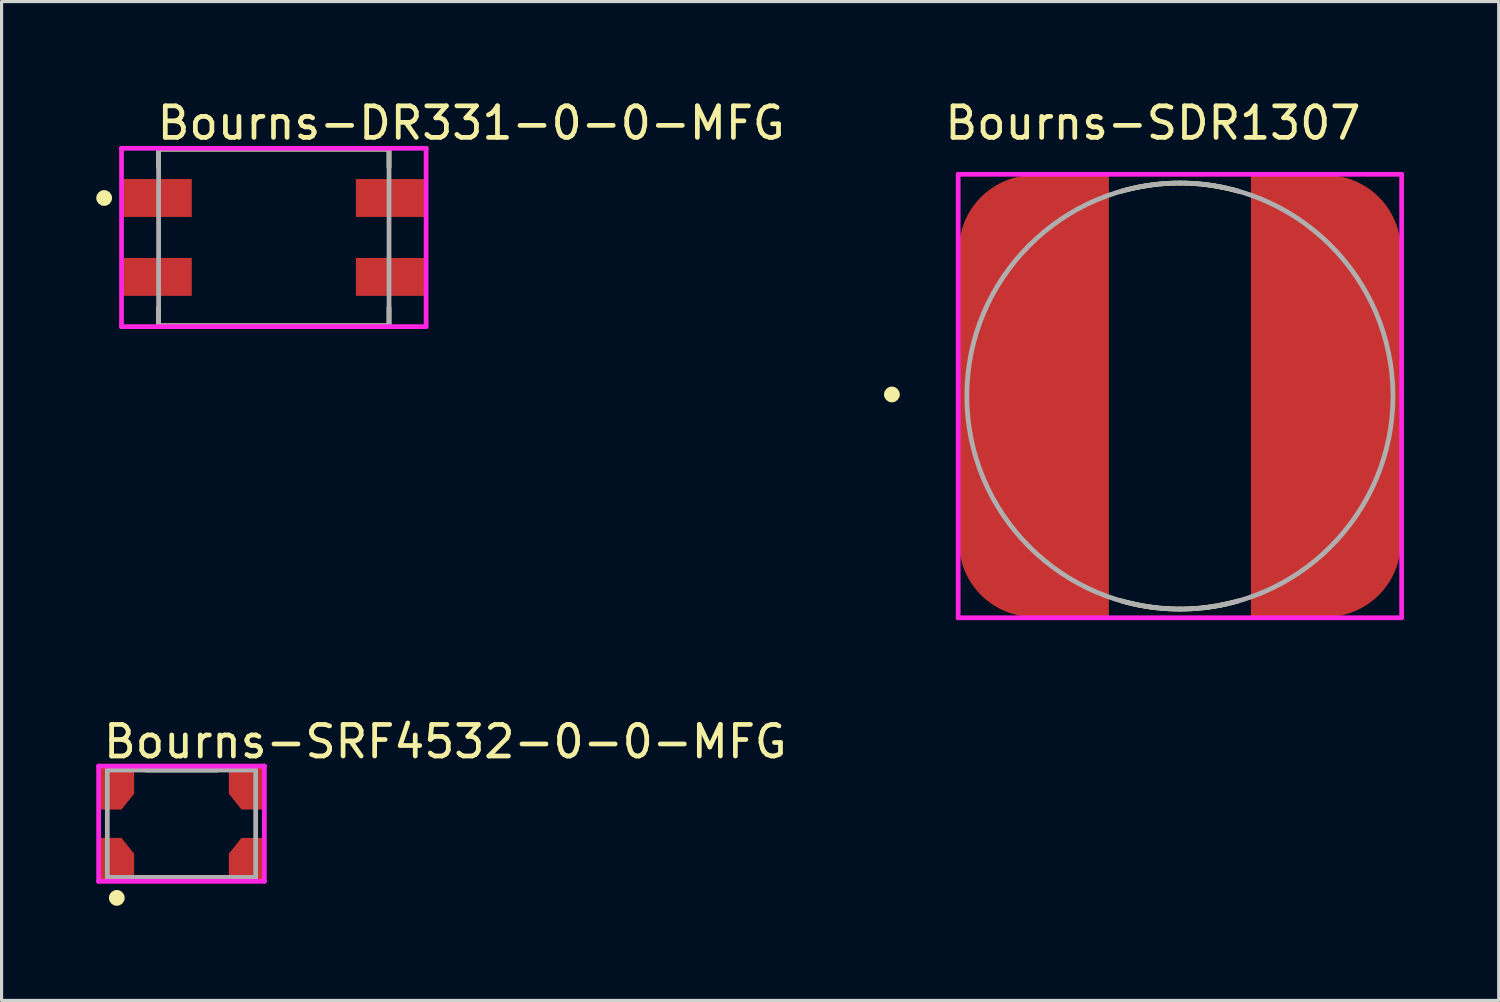
<source format=kicad_pcb>
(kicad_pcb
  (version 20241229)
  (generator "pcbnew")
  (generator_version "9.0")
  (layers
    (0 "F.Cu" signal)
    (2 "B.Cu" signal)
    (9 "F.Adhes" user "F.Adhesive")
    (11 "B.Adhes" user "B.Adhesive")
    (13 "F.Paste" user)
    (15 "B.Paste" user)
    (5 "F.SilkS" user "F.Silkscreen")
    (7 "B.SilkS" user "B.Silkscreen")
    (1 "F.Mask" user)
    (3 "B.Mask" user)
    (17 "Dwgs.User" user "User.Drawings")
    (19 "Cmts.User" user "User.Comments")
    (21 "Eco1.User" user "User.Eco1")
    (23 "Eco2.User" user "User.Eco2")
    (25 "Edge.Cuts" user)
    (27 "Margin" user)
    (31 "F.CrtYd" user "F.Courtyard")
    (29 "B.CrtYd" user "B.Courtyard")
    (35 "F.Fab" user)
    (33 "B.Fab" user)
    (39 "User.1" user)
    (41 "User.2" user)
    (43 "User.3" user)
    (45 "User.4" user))
  (footprint "Bourns-DR331-0-0-MFG"
    (layer "F.Cu")
    (at 5.625 4.473)
    (property "Reference" "Bourns-DR331-0-0-MFG" (at -3.775 -3.625 0) (layer "F.SilkS") (effects (font (size 1 1) (thickness 0.15)) (justify left)))
    (attr through_hole)
    (fp_line (start -3.65 -2.8) (end 3.65 -2.8) (stroke (width 0.15) (type solid)) (layer "F.SilkS"))
    (fp_line (start -3.65 -2.225) (end -3.65 -2.8) (stroke (width 0.15) (type solid)) (layer "F.SilkS"))
    (fp_line (start -3.65 2.8) (end -3.65 2.225) (stroke (width 0.15) (type solid)) (layer "F.SilkS"))
    (fp_line (start -3.65 2.8) (end 3.65 2.8) (stroke (width 0.15) (type solid)) (layer "F.SilkS"))
    (fp_line (start 3.65 -2.225) (end 3.65 -2.8) (stroke (width 0.15) (type solid)) (layer "F.SilkS"))
    (fp_line (start 3.65 2.8) (end 3.65 2.225) (stroke (width 0.15) (type solid)) (layer "F.SilkS"))
    (fp_circle (center -5.375 -1.25) (end -5.25 -1.25) (stroke (width 0.25) (type solid)) (fill no) (layer "F.SilkS"))
    (fp_line (start -4.825 -2.825) (end -4.825 2.825) (stroke (width 0.15) (type solid)) (layer "F.CrtYd"))
    (fp_line (start -4.825 2.825) (end 4.825 2.825) (stroke (width 0.15) (type solid)) (layer "F.CrtYd"))
    (fp_line (start 4.825 -2.825) (end -4.825 -2.825) (stroke (width 0.15) (type solid)) (layer "F.CrtYd"))
    (fp_line (start 4.825 -2.825) (end 4.825 -2.825) (stroke (width 0.15) (type solid)) (layer "F.CrtYd"))
    (fp_line (start 4.825 2.825) (end 4.825 -2.825) (stroke (width 0.15) (type solid)) (layer "F.CrtYd"))
    (fp_line (start -3.65 -2.8) (end 3.65 -2.8) (stroke (width 0.15) (type solid)) (layer "F.Fab"))
    (fp_line (start -3.65 2.8) (end -3.65 -2.8) (stroke (width 0.15) (type solid)) (layer "F.Fab"))
    (fp_line (start 3.65 -2.8) (end 3.65 2.8) (stroke (width 0.15) (type solid)) (layer "F.Fab"))
    (fp_line (start 3.65 2.8) (end -3.65 2.8) (stroke (width 0.15) (type solid)) (layer "F.Fab"))
    (pad "1" smd rect (at -3.7 -1.25) (size 2.2 1.2) (layers "F.Cu" "F.Mask" "F.Paste"))
    (pad "2" smd rect (at -3.7 1.25) (size 2.2 1.2) (layers "F.Cu" "F.Mask" "F.Paste"))
    (pad "3" smd rect (at 3.7 1.25) (size 2.2 1.2) (layers "F.Cu" "F.Mask" "F.Paste"))
    (pad "4" smd rect (at 3.7 -1.25) (size 2.2 1.2) (layers "F.Cu" "F.Mask" "F.Paste")))
  (footprint "Bourns-SDR1307"
    (layer "F.Cu")
    (at 34.332 9.498)
    (property "Reference" "Bourns-SDR1307" (at -7.525 -8.65 0) (layer "F.SilkS") (effects (font (size 1 1) (thickness 0.15)) (justify left)))
    (attr through_hole)
    (fp_line (start -1.85 -6.49) (end -1.669 -6.539) (stroke (width 0.15) (type solid)) (layer "F.SilkS"))
    (fp_line (start -1.669 -6.539) (end -1.487 -6.583) (stroke (width 0.15) (type solid)) (layer "F.SilkS"))
    (fp_line (start -1.669 6.539) (end -1.85 6.49) (stroke (width 0.15) (type solid)) (layer "F.SilkS"))
    (fp_line (start -1.487 -6.583) (end -1.304 -6.621) (stroke (width 0.15) (type solid)) (layer "F.SilkS"))
    (fp_line (start -1.487 6.583) (end -1.669 6.539) (stroke (width 0.15) (type solid)) (layer "F.SilkS"))
    (fp_line (start -1.304 -6.621) (end -1.119 -6.655) (stroke (width 0.15) (type solid)) (layer "F.SilkS"))
    (fp_line (start -1.304 6.621) (end -1.487 6.583) (stroke (width 0.15) (type solid)) (layer "F.SilkS"))
    (fp_line (start -1.119 -6.655) (end -0.934 -6.684) (stroke (width 0.15) (type solid)) (layer "F.SilkS"))
    (fp_line (start -1.119 6.655) (end -1.304 6.621) (stroke (width 0.15) (type solid)) (layer "F.SilkS"))
    (fp_line (start -0.934 -6.684) (end -0.748 -6.707) (stroke (width 0.15) (type solid)) (layer "F.SilkS"))
    (fp_line (start -0.934 6.684) (end -1.119 6.655) (stroke (width 0.15) (type solid)) (layer "F.SilkS"))
    (fp_line (start -0.748 -6.707) (end -0.562 -6.725) (stroke (width 0.15) (type solid)) (layer "F.SilkS"))
    (fp_line (start -0.748 6.707) (end -0.934 6.684) (stroke (width 0.15) (type solid)) (layer "F.SilkS"))
    (fp_line (start -0.562 -6.725) (end -0.375 -6.738) (stroke (width 0.15) (type solid)) (layer "F.SilkS"))
    (fp_line (start -0.562 6.725) (end -0.748 6.707) (stroke (width 0.15) (type solid)) (layer "F.SilkS"))
    (fp_line (start -0.375 -6.738) (end -0.187 -6.746) (stroke (width 0.15) (type solid)) (layer "F.SilkS"))
    (fp_line (start -0.375 6.738) (end -0.562 6.725) (stroke (width 0.15) (type solid)) (layer "F.SilkS"))
    (fp_line (start -0.187 -6.746) (end -0.000002 -6.748) (stroke (width 0.15) (type solid)) (layer "F.SilkS"))
    (fp_line (start -0.187 6.746) (end -0.375 6.738) (stroke (width 0.15) (type solid)) (layer "F.SilkS"))
    (fp_line (start -0.000002 -6.748) (end 0.187 -6.746) (stroke (width 0.15) (type solid)) (layer "F.SilkS"))
    (fp_line (start 0.000001 6.748) (end -0.187 6.746) (stroke (width 0.15) (type solid)) (layer "F.SilkS"))
    (fp_line (start 0.187 -6.746) (end 0.375 -6.738) (stroke (width 0.15) (type solid)) (layer "F.SilkS"))
    (fp_line (start 0.187 6.746) (end 0.000001 6.748) (stroke (width 0.15) (type solid)) (layer "F.SilkS"))
    (fp_line (start 0.375 -6.738) (end 0.562 -6.725) (stroke (width 0.15) (type solid)) (layer "F.SilkS"))
    (fp_line (start 0.375 6.738) (end 0.187 6.746) (stroke (width 0.15) (type solid)) (layer "F.SilkS"))
    (fp_line (start 0.562 -6.725) (end 0.748 -6.707) (stroke (width 0.15) (type solid)) (layer "F.SilkS"))
    (fp_line (start 0.562 6.725) (end 0.375 6.738) (stroke (width 0.15) (type solid)) (layer "F.SilkS"))
    (fp_line (start 0.748 -6.707) (end 0.934 -6.684) (stroke (width 0.15) (type solid)) (layer "F.SilkS"))
    (fp_line (start 0.748 6.707) (end 0.562 6.725) (stroke (width 0.15) (type solid)) (layer "F.SilkS"))
    (fp_line (start 0.934 -6.684) (end 1.119 -6.655) (stroke (width 0.15) (type solid)) (layer "F.SilkS"))
    (fp_line (start 0.934 6.684) (end 0.748 6.707) (stroke (width 0.15) (type solid)) (layer "F.SilkS"))
    (fp_line (start 1.119 -6.655) (end 1.304 -6.621) (stroke (width 0.15) (type solid)) (layer "F.SilkS"))
    (fp_line (start 1.119 6.655) (end 0.934 6.684) (stroke (width 0.15) (type solid)) (layer "F.SilkS"))
    (fp_line (start 1.304 -6.621) (end 1.487 -6.583) (stroke (width 0.15) (type solid)) (layer "F.SilkS"))
    (fp_line (start 1.304 6.621) (end 1.119 6.655) (stroke (width 0.15) (type solid)) (layer "F.SilkS"))
    (fp_line (start 1.487 -6.583) (end 1.669 -6.539) (stroke (width 0.15) (type solid)) (layer "F.SilkS"))
    (fp_line (start 1.487 6.583) (end 1.304 6.621) (stroke (width 0.15) (type solid)) (layer "F.SilkS"))
    (fp_line (start 1.669 -6.539) (end 1.85 -6.49) (stroke (width 0.15) (type solid)) (layer "F.SilkS"))
    (fp_line (start 1.669 6.539) (end 1.487 6.583) (stroke (width 0.15) (type solid)) (layer "F.SilkS"))
    (fp_line (start 1.85 6.49) (end 1.669 6.539) (stroke (width 0.15) (type solid)) (layer "F.SilkS"))
    (fp_circle (center -9.125 -0.05) (end -9 -0.05) (stroke (width 0.25) (type solid)) (fill no) (layer "F.SilkS"))
    (fp_line (start -7.025 -7.025) (end -7.025 7.025) (stroke (width 0.15) (type solid)) (layer "F.CrtYd"))
    (fp_line (start -7.025 7.025) (end 7.025 7.025) (stroke (width 0.15) (type solid)) (layer "F.CrtYd"))
    (fp_line (start 7.025 -7.025) (end -7.025 -7.025) (stroke (width 0.15) (type solid)) (layer "F.CrtYd"))
    (fp_line (start 7.025 -7.025) (end 7.025 -7.025) (stroke (width 0.15) (type solid)) (layer "F.CrtYd"))
    (fp_line (start 7.025 7.025) (end 7.025 -7.025) (stroke (width 0.15) (type solid)) (layer "F.CrtYd"))
    (fp_circle (center 0 0) (end 6.75 0) (stroke (width 0.15) (type solid)) (fill no) (layer "F.Fab"))
    (pad "1" smd custom (at -4.625 0) (size 4.75 4.75) (layers "F.Cu" "F.Mask" "F.Paste") (options (anchor circle)) (primitives (gr_poly (pts (xy 2.375 7) (xy 2.375 -7) (xy 0 -7) (xy -0.186 -6.993) (xy -0.372 -6.971) (xy -0.554 -6.934) (xy -0.734 -6.884) (xy -0.909 -6.819) (xy -1.078 -6.741) (xy -1.241 -6.65) (xy -1.396 -6.546) (xy -1.542 -6.431) (xy -1.679 -6.304) (xy -1.806 -6.167) (xy -1.921 -6.021) (xy -2.025 -5.866) (xy -2.116 -5.703) (xy -2.194 -5.534) (xy -2.259 -5.359) (xy -2.309 -5.179) (xy -2.346 -4.997) (xy -2.368 -4.811) (xy -2.375 -4.625) (xy -2.375 4.625) (xy -2.368 4.811) (xy -2.346 4.997) (xy -2.309 5.179) (xy -2.259 5.359) (xy -2.194 5.534) (xy -2.116 5.703) (xy -2.025 5.866) (xy -1.921 6.021) (xy -1.806 6.167) (xy -1.679 6.304) (xy -1.542 6.431) (xy -1.396 6.546) (xy -1.241 6.65) (xy -1.078 6.741) (xy -0.909 6.819) (xy -0.734 6.884) (xy -0.554 6.934) (xy -0.372 6.971) (xy -0.186 6.993) (xy 0 7) (xy 2.375 7)) (width 0) (fill yes))))
    (pad "2" smd custom (at 4.625 0) (size 4.75 4.75) (layers "F.Cu" "F.Mask" "F.Paste") (options (anchor circle)) (primitives (gr_poly (pts (xy -2.375 -7) (xy -2.375 7) (xy 0 7) (xy 0.186 6.993) (xy 0.372 6.971) (xy 0.554 6.934) (xy 0.734 6.884) (xy 0.909 6.819) (xy 1.078 6.741) (xy 1.241 6.65) (xy 1.396 6.546) (xy 1.542 6.431) (xy 1.679 6.304) (xy 1.806 6.167) (xy 1.921 6.021) (xy 2.025 5.866) (xy 2.116 5.703) (xy 2.194 5.534) (xy 2.259 5.359) (xy 2.309 5.179) (xy 2.346 4.997) (xy 2.368 4.811) (xy 2.375 4.625) (xy 2.375 -4.625) (xy 2.368 -4.811) (xy 2.346 -4.997) (xy 2.309 -5.179) (xy 2.259 -5.359) (xy 2.194 -5.534) (xy 2.116 -5.703) (xy 2.025 -5.866) (xy 1.921 -6.021) (xy 1.806 -6.167) (xy 1.679 -6.304) (xy 1.542 -6.431) (xy 1.396 -6.546) (xy 1.241 -6.65) (xy 1.078 -6.741) (xy 0.909 -6.819) (xy 0.734 -6.884) (xy 0.554 -6.934) (xy 0.372 -6.971) (xy 0.186 -6.993) (xy 0 -7) (xy -2.375 -7)) (width 0) (fill yes)))))
  (footprint "Bourns-SRF4532-0-0-MFG"
    (layer "F.Cu")
    (at 2.7 23.047)
    (property "Reference" "Bourns-SRF4532-0-0-MFG" (at -2.55 -2.6 0) (layer "F.SilkS") (effects (font (size 1 1) (thickness 0.15)) (justify left)))
    (attr through_hole)
    (fp_line (start -1.125 -1.7) (end 1.125 -1.7) (stroke (width 0.15) (type solid)) (layer "F.SilkS"))
    (fp_line (start -1.125 1.7) (end 1.125 1.7) (stroke (width 0.15) (type solid)) (layer "F.SilkS"))
    (fp_circle (center -2.05 2.35) (end -1.925 2.35) (stroke (width 0.25) (type solid)) (fill no) (layer "F.SilkS"))
    (fp_line (start -2.625 -1.825) (end -2.625 1.825) (stroke (width 0.15) (type solid)) (layer "F.CrtYd"))
    (fp_line (start -2.625 1.825) (end 2.625 1.825) (stroke (width 0.15) (type solid)) (layer "F.CrtYd"))
    (fp_line (start 2.625 -1.825) (end -2.625 -1.825) (stroke (width 0.15) (type solid)) (layer "F.CrtYd"))
    (fp_line (start 2.625 -1.825) (end 2.625 -1.825) (stroke (width 0.15) (type solid)) (layer "F.CrtYd"))
    (fp_line (start 2.625 1.825) (end 2.625 -1.825) (stroke (width 0.15) (type solid)) (layer "F.CrtYd"))
    (fp_line (start -2.35 -1.7) (end 2.35 -1.7) (stroke (width 0.15) (type solid)) (layer "F.Fab"))
    (fp_line (start -2.35 1.7) (end -2.35 -1.7) (stroke (width 0.15) (type solid)) (layer "F.Fab"))
    (fp_line (start 2.35 -1.7) (end 2.35 1.7) (stroke (width 0.15) (type solid)) (layer "F.Fab"))
    (fp_line (start 2.35 1.7) (end -2.35 1.7) (stroke (width 0.15) (type solid)) (layer "F.Fab"))
    (pad "1" smd custom (at -2.05 1.125) (size 1 1) (layers "F.Cu" "F.Mask" "F.Paste") (options (anchor circle)) (primitives (gr_poly (pts (xy -0.55 0.675) (xy 0.55 0.675) (xy 0.55 -0.175) (xy 0.15 -0.675) (xy -0.55 -0.675) (xy -0.55 0.675)) (width 0) (fill yes))))
    (pad "2" smd custom (at 2.05 1.125) (size 1 1) (layers "F.Cu" "F.Mask" "F.Paste") (options (anchor circle)) (primitives (gr_poly (pts (xy -0.55 0.675) (xy 0.55 0.675) (xy 0.55 -0.675) (xy -0.15 -0.675) (xy -0.55 -0.175) (xy -0.55 0.675)) (width 0) (fill yes))))
    (pad "3" smd custom (at 2.05 -1.125) (size 1 1) (layers "F.Cu" "F.Mask" "F.Paste") (options (anchor circle)) (primitives (gr_poly (pts (xy -0.55 -0.675) (xy -0.55 0.175) (xy -0.15 0.675) (xy 0.55 0.675) (xy 0.55 -0.675) (xy -0.55 -0.675)) (width 0) (fill yes))))
    (pad "4" smd custom (at -2.05 -1.125) (size 1 1) (layers "F.Cu" "F.Mask" "F.Paste") (options (anchor circle)) (primitives (gr_poly (pts (xy -0.55 0.675) (xy 0.15 0.675) (xy 0.55 0.175) (xy 0.55 -0.675) (xy -0.55 -0.675) (xy -0.55 0.675)) (width 0) (fill yes)))))
  (gr_rect
    (start -3 -3)
    (end 44.432 28.646)
    (stroke (width 0.1) (type default))
    (fill no)
    (layer "Edge.Cuts")))
</source>
